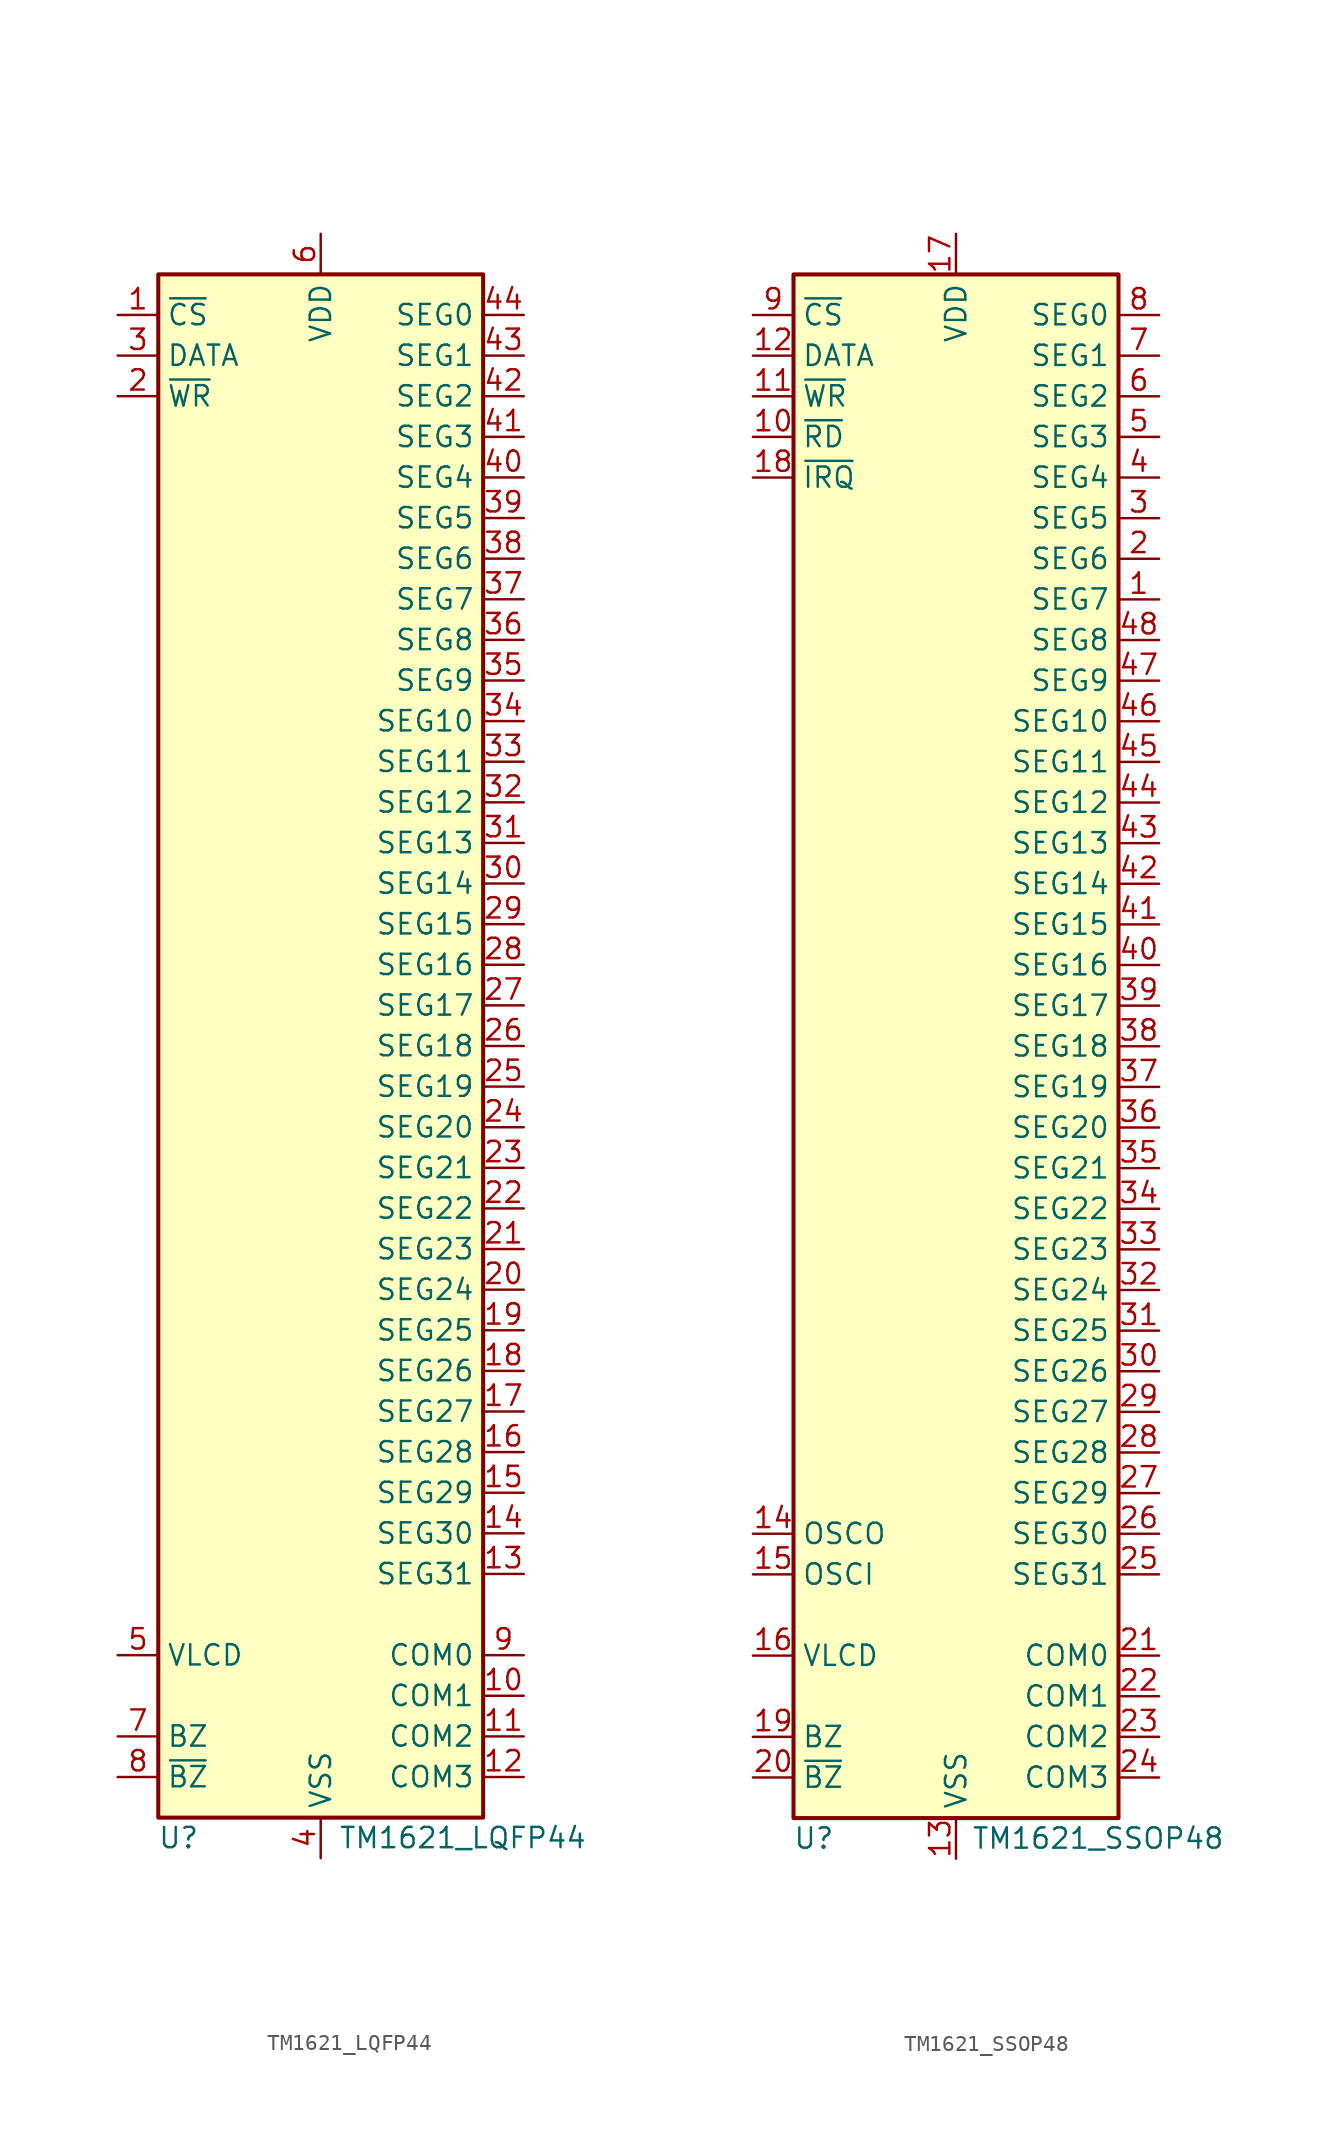
<source format=kicad_sym>
(kicad_symbol_lib
  (version 20201005)
  (generator kicad_symbol_editor)
  (symbol "Driver_Display:TM1621_LQFP44"
    (property "Reference" "U"
      (at -8.89 -49.53 0)
      (effects (font (size 1.27 1.27))))
    (property "Value" "TM1621_LQFP44"
      (at 8.89 -49.53 0)
      (effects (font (size 1.27 1.27))))
    (symbol "TM1621_LQFP44_0_1"
      (rectangle (start 10.16 -48.26) (end -10.16 48.26) (stroke (width 0.254)) (fill (type background))))
    (symbol "TM1621_LQFP44_1_1"
      (pin input line (at -12.7 45.72 0) (length 2.54) (name "~CS" (effects (font (size 1.27 1.27)))) (number "1" (effects (font (size 1.27 1.27)))))
      (pin passive line (at 12.7 -40.64 180) (length 2.54) (name "COM1" (effects (font (size 1.27 1.27)))) (number "10" (effects (font (size 1.27 1.27)))))
      (pin passive line (at 12.7 -43.18 180) (length 2.54) (name "COM2" (effects (font (size 1.27 1.27)))) (number "11" (effects (font (size 1.27 1.27)))))
      (pin passive line (at 12.7 -45.72 180) (length 2.54) (name "COM3" (effects (font (size 1.27 1.27)))) (number "12" (effects (font (size 1.27 1.27)))))
      (pin passive line (at 12.7 -33.02 180) (length 2.54) (name "SEG31" (effects (font (size 1.27 1.27)))) (number "13" (effects (font (size 1.27 1.27)))))
      (pin passive line (at 12.7 -30.48 180) (length 2.54) (name "SEG30" (effects (font (size 1.27 1.27)))) (number "14" (effects (font (size 1.27 1.27)))))
      (pin passive line (at 12.7 -27.94 180) (length 2.54) (name "SEG29" (effects (font (size 1.27 1.27)))) (number "15" (effects (font (size 1.27 1.27)))))
      (pin passive line (at 12.7 -25.4 180) (length 2.54) (name "SEG28" (effects (font (size 1.27 1.27)))) (number "16" (effects (font (size 1.27 1.27)))))
      (pin passive line (at 12.7 -22.86 180) (length 2.54) (name "SEG27" (effects (font (size 1.27 1.27)))) (number "17" (effects (font (size 1.27 1.27)))))
      (pin passive line (at 12.7 -20.32 180) (length 2.54) (name "SEG26" (effects (font (size 1.27 1.27)))) (number "18" (effects (font (size 1.27 1.27)))))
      (pin passive line (at 12.7 -17.78 180) (length 2.54) (name "SEG25" (effects (font (size 1.27 1.27)))) (number "19" (effects (font (size 1.27 1.27)))))
      (pin input line (at -12.7 40.64 0) (length 2.54) (name "~WR" (effects (font (size 1.27 1.27)))) (number "2" (effects (font (size 1.27 1.27)))))
      (pin passive line (at 12.7 -15.24 180) (length 2.54) (name "SEG24" (effects (font (size 1.27 1.27)))) (number "20" (effects (font (size 1.27 1.27)))))
      (pin passive line (at 12.7 -12.7 180) (length 2.54) (name "SEG23" (effects (font (size 1.27 1.27)))) (number "21" (effects (font (size 1.27 1.27)))))
      (pin passive line (at 12.7 -10.16 180) (length 2.54) (name "SEG22" (effects (font (size 1.27 1.27)))) (number "22" (effects (font (size 1.27 1.27)))))
      (pin passive line (at 12.7 -7.62 180) (length 2.54) (name "SEG21" (effects (font (size 1.27 1.27)))) (number "23" (effects (font (size 1.27 1.27)))))
      (pin passive line (at 12.7 -5.08 180) (length 2.54) (name "SEG20" (effects (font (size 1.27 1.27)))) (number "24" (effects (font (size 1.27 1.27)))))
      (pin passive line (at 12.7 -2.54 180) (length 2.54) (name "SEG19" (effects (font (size 1.27 1.27)))) (number "25" (effects (font (size 1.27 1.27)))))
      (pin passive line (at 12.7 0 180) (length 2.54) (name "SEG18" (effects (font (size 1.27 1.27)))) (number "26" (effects (font (size 1.27 1.27)))))
      (pin passive line (at 12.7 2.54 180) (length 2.54) (name "SEG17" (effects (font (size 1.27 1.27)))) (number "27" (effects (font (size 1.27 1.27)))))
      (pin passive line (at 12.7 5.08 180) (length 2.54) (name "SEG16" (effects (font (size 1.27 1.27)))) (number "28" (effects (font (size 1.27 1.27)))))
      (pin passive line (at 12.7 7.62 180) (length 2.54) (name "SEG15" (effects (font (size 1.27 1.27)))) (number "29" (effects (font (size 1.27 1.27)))))
      (pin bidirectional line (at -12.7 43.18 0) (length 2.54) (name "DATA" (effects (font (size 1.27 1.27)))) (number "3" (effects (font (size 1.27 1.27)))))
      (pin passive line (at 12.7 10.16 180) (length 2.54) (name "SEG14" (effects (font (size 1.27 1.27)))) (number "30" (effects (font (size 1.27 1.27)))))
      (pin passive line (at 12.7 12.7 180) (length 2.54) (name "SEG13" (effects (font (size 1.27 1.27)))) (number "31" (effects (font (size 1.27 1.27)))))
      (pin passive line (at 12.7 15.24 180) (length 2.54) (name "SEG12" (effects (font (size 1.27 1.27)))) (number "32" (effects (font (size 1.27 1.27)))))
      (pin passive line (at 12.7 17.78 180) (length 2.54) (name "SEG11" (effects (font (size 1.27 1.27)))) (number "33" (effects (font (size 1.27 1.27)))))
      (pin passive line (at 12.7 20.32 180) (length 2.54) (name "SEG10" (effects (font (size 1.27 1.27)))) (number "34" (effects (font (size 1.27 1.27)))))
      (pin passive line (at 12.7 22.86 180) (length 2.54) (name "SEG9" (effects (font (size 1.27 1.27)))) (number "35" (effects (font (size 1.27 1.27)))))
      (pin passive line (at 12.7 25.4 180) (length 2.54) (name "SEG8" (effects (font (size 1.27 1.27)))) (number "36" (effects (font (size 1.27 1.27)))))
      (pin passive line (at 12.7 27.94 180) (length 2.54) (name "SEG7" (effects (font (size 1.27 1.27)))) (number "37" (effects (font (size 1.27 1.27)))))
      (pin passive line (at 12.7 30.48 180) (length 2.54) (name "SEG6" (effects (font (size 1.27 1.27)))) (number "38" (effects (font (size 1.27 1.27)))))
      (pin passive line (at 12.7 33.02 180) (length 2.54) (name "SEG5" (effects (font (size 1.27 1.27)))) (number "39" (effects (font (size 1.27 1.27)))))
      (pin power_in line (at 0 -50.8 90) (length 2.54) (name "VSS" (effects (font (size 1.27 1.27)))) (number "4" (effects (font (size 1.27 1.27)))))
      (pin passive line (at 12.7 35.56 180) (length 2.54) (name "SEG4" (effects (font (size 1.27 1.27)))) (number "40" (effects (font (size 1.27 1.27)))))
      (pin passive line (at 12.7 38.1 180) (length 2.54) (name "SEG3" (effects (font (size 1.27 1.27)))) (number "41" (effects (font (size 1.27 1.27)))))
      (pin passive line (at 12.7 40.64 180) (length 2.54) (name "SEG2" (effects (font (size 1.27 1.27)))) (number "42" (effects (font (size 1.27 1.27)))))
      (pin passive line (at 12.7 43.18 180) (length 2.54) (name "SEG1" (effects (font (size 1.27 1.27)))) (number "43" (effects (font (size 1.27 1.27)))))
      (pin passive line (at 12.7 45.72 180) (length 2.54) (name "SEG0" (effects (font (size 1.27 1.27)))) (number "44" (effects (font (size 1.27 1.27)))))
      (pin passive line (at -12.7 -38.1 0) (length 2.54) (name "VLCD" (effects (font (size 1.27 1.27)))) (number "5" (effects (font (size 1.27 1.27)))))
      (pin power_in line (at 0 50.8 270) (length 2.54) (name "VDD" (effects (font (size 1.27 1.27)))) (number "6" (effects (font (size 1.27 1.27)))))
      (pin passive line (at -12.7 -43.18 0) (length 2.54) (name "BZ" (effects (font (size 1.27 1.27)))) (number "7" (effects (font (size 1.27 1.27)))))
      (pin passive line (at -12.7 -45.72 0) (length 2.54) (name "~BZ" (effects (font (size 1.27 1.27)))) (number "8" (effects (font (size 1.27 1.27)))))
      (pin passive line (at 12.7 -38.1 180) (length 2.54) (name "COM0" (effects (font (size 1.27 1.27)))) (number "9" (effects (font (size 1.27 1.27)))))))
  (symbol "Driver_Display:TM1621_SSOP48"
    (property "Reference" "U"
      (at -8.89 -49.53 0)
      (effects (font (size 1.27 1.27))))
    (property "Value" "TM1621_SSOP48"
      (at 8.89 -49.53 0)
      (effects (font (size 1.27 1.27))))
    (symbol "TM1621_SSOP48_0_1"
      (rectangle (start 10.16 -48.26) (end -10.16 48.26) (stroke (width 0.254)) (fill (type background))))
    (symbol "TM1621_SSOP48_1_1"
      (pin passive line (at 12.7 27.94 180) (length 2.54) (name "SEG7" (effects (font (size 1.27 1.27)))) (number "1" (effects (font (size 1.27 1.27)))))
      (pin input line (at -12.7 38.1 0) (length 2.54) (name "~RD" (effects (font (size 1.27 1.27)))) (number "10" (effects (font (size 1.27 1.27)))))
      (pin input line (at -12.7 40.64 0) (length 2.54) (name "~WR" (effects (font (size 1.27 1.27)))) (number "11" (effects (font (size 1.27 1.27)))))
      (pin bidirectional line (at -12.7 43.18 0) (length 2.54) (name "DATA" (effects (font (size 1.27 1.27)))) (number "12" (effects (font (size 1.27 1.27)))))
      (pin power_in line (at 0 -50.8 90) (length 2.54) (name "VSS" (effects (font (size 1.27 1.27)))) (number "13" (effects (font (size 1.27 1.27)))))
      (pin output line (at -12.7 -30.48 0) (length 2.54) (name "OSCO" (effects (font (size 1.27 1.27)))) (number "14" (effects (font (size 1.27 1.27)))))
      (pin input line (at -12.7 -33.02 0) (length 2.54) (name "OSCI" (effects (font (size 1.27 1.27)))) (number "15" (effects (font (size 1.27 1.27)))))
      (pin passive line (at -12.7 -38.1 0) (length 2.54) (name "VLCD" (effects (font (size 1.27 1.27)))) (number "16" (effects (font (size 1.27 1.27)))))
      (pin power_in line (at 0 50.8 270) (length 2.54) (name "VDD" (effects (font (size 1.27 1.27)))) (number "17" (effects (font (size 1.27 1.27)))))
      (pin open_collector line (at -12.7 35.56 0) (length 2.54) (name "~IRQ" (effects (font (size 1.27 1.27)))) (number "18" (effects (font (size 1.27 1.27)))))
      (pin passive line (at -12.7 -43.18 0) (length 2.54) (name "BZ" (effects (font (size 1.27 1.27)))) (number "19" (effects (font (size 1.27 1.27)))))
      (pin passive line (at 12.7 30.48 180) (length 2.54) (name "SEG6" (effects (font (size 1.27 1.27)))) (number "2" (effects (font (size 1.27 1.27)))))
      (pin passive line (at -12.7 -45.72 0) (length 2.54) (name "~BZ" (effects (font (size 1.27 1.27)))) (number "20" (effects (font (size 1.27 1.27)))))
      (pin passive line (at 12.7 -38.1 180) (length 2.54) (name "COM0" (effects (font (size 1.27 1.27)))) (number "21" (effects (font (size 1.27 1.27)))))
      (pin passive line (at 12.7 -40.64 180) (length 2.54) (name "COM1" (effects (font (size 1.27 1.27)))) (number "22" (effects (font (size 1.27 1.27)))))
      (pin passive line (at 12.7 -43.18 180) (length 2.54) (name "COM2" (effects (font (size 1.27 1.27)))) (number "23" (effects (font (size 1.27 1.27)))))
      (pin passive line (at 12.7 -45.72 180) (length 2.54) (name "COM3" (effects (font (size 1.27 1.27)))) (number "24" (effects (font (size 1.27 1.27)))))
      (pin passive line (at 12.7 -33.02 180) (length 2.54) (name "SEG31" (effects (font (size 1.27 1.27)))) (number "25" (effects (font (size 1.27 1.27)))))
      (pin passive line (at 12.7 -30.48 180) (length 2.54) (name "SEG30" (effects (font (size 1.27 1.27)))) (number "26" (effects (font (size 1.27 1.27)))))
      (pin passive line (at 12.7 -27.94 180) (length 2.54) (name "SEG29" (effects (font (size 1.27 1.27)))) (number "27" (effects (font (size 1.27 1.27)))))
      (pin passive line (at 12.7 -25.4 180) (length 2.54) (name "SEG28" (effects (font (size 1.27 1.27)))) (number "28" (effects (font (size 1.27 1.27)))))
      (pin passive line (at 12.7 -22.86 180) (length 2.54) (name "SEG27" (effects (font (size 1.27 1.27)))) (number "29" (effects (font (size 1.27 1.27)))))
      (pin passive line (at 12.7 33.02 180) (length 2.54) (name "SEG5" (effects (font (size 1.27 1.27)))) (number "3" (effects (font (size 1.27 1.27)))))
      (pin passive line (at 12.7 -20.32 180) (length 2.54) (name "SEG26" (effects (font (size 1.27 1.27)))) (number "30" (effects (font (size 1.27 1.27)))))
      (pin passive line (at 12.7 -17.78 180) (length 2.54) (name "SEG25" (effects (font (size 1.27 1.27)))) (number "31" (effects (font (size 1.27 1.27)))))
      (pin passive line (at 12.7 -15.24 180) (length 2.54) (name "SEG24" (effects (font (size 1.27 1.27)))) (number "32" (effects (font (size 1.27 1.27)))))
      (pin passive line (at 12.7 -12.7 180) (length 2.54) (name "SEG23" (effects (font (size 1.27 1.27)))) (number "33" (effects (font (size 1.27 1.27)))))
      (pin passive line (at 12.7 -10.16 180) (length 2.54) (name "SEG22" (effects (font (size 1.27 1.27)))) (number "34" (effects (font (size 1.27 1.27)))))
      (pin passive line (at 12.7 -7.62 180) (length 2.54) (name "SEG21" (effects (font (size 1.27 1.27)))) (number "35" (effects (font (size 1.27 1.27)))))
      (pin passive line (at 12.7 -5.08 180) (length 2.54) (name "SEG20" (effects (font (size 1.27 1.27)))) (number "36" (effects (font (size 1.27 1.27)))))
      (pin passive line (at 12.7 -2.54 180) (length 2.54) (name "SEG19" (effects (font (size 1.27 1.27)))) (number "37" (effects (font (size 1.27 1.27)))))
      (pin passive line (at 12.7 0 180) (length 2.54) (name "SEG18" (effects (font (size 1.27 1.27)))) (number "38" (effects (font (size 1.27 1.27)))))
      (pin passive line (at 12.7 2.54 180) (length 2.54) (name "SEG17" (effects (font (size 1.27 1.27)))) (number "39" (effects (font (size 1.27 1.27)))))
      (pin passive line (at 12.7 35.56 180) (length 2.54) (name "SEG4" (effects (font (size 1.27 1.27)))) (number "4" (effects (font (size 1.27 1.27)))))
      (pin passive line (at 12.7 5.08 180) (length 2.54) (name "SEG16" (effects (font (size 1.27 1.27)))) (number "40" (effects (font (size 1.27 1.27)))))
      (pin passive line (at 12.7 7.62 180) (length 2.54) (name "SEG15" (effects (font (size 1.27 1.27)))) (number "41" (effects (font (size 1.27 1.27)))))
      (pin passive line (at 12.7 10.16 180) (length 2.54) (name "SEG14" (effects (font (size 1.27 1.27)))) (number "42" (effects (font (size 1.27 1.27)))))
      (pin passive line (at 12.7 12.7 180) (length 2.54) (name "SEG13" (effects (font (size 1.27 1.27)))) (number "43" (effects (font (size 1.27 1.27)))))
      (pin passive line (at 12.7 15.24 180) (length 2.54) (name "SEG12" (effects (font (size 1.27 1.27)))) (number "44" (effects (font (size 1.27 1.27)))))
      (pin passive line (at 12.7 17.78 180) (length 2.54) (name "SEG11" (effects (font (size 1.27 1.27)))) (number "45" (effects (font (size 1.27 1.27)))))
      (pin passive line (at 12.7 20.32 180) (length 2.54) (name "SEG10" (effects (font (size 1.27 1.27)))) (number "46" (effects (font (size 1.27 1.27)))))
      (pin passive line (at 12.7 22.86 180) (length 2.54) (name "SEG9" (effects (font (size 1.27 1.27)))) (number "47" (effects (font (size 1.27 1.27)))))
      (pin passive line (at 12.7 25.4 180) (length 2.54) (name "SEG8" (effects (font (size 1.27 1.27)))) (number "48" (effects (font (size 1.27 1.27)))))
      (pin passive line (at 12.7 38.1 180) (length 2.54) (name "SEG3" (effects (font (size 1.27 1.27)))) (number "5" (effects (font (size 1.27 1.27)))))
      (pin passive line (at 12.7 40.64 180) (length 2.54) (name "SEG2" (effects (font (size 1.27 1.27)))) (number "6" (effects (font (size 1.27 1.27)))))
      (pin passive line (at 12.7 43.18 180) (length 2.54) (name "SEG1" (effects (font (size 1.27 1.27)))) (number "7" (effects (font (size 1.27 1.27)))))
      (pin passive line (at 12.7 45.72 180) (length 2.54) (name "SEG0" (effects (font (size 1.27 1.27)))) (number "8" (effects (font (size 1.27 1.27)))))
      (pin input line (at -12.7 45.72 0) (length 2.54) (name "~CS" (effects (font (size 1.27 1.27)))) (number "9" (effects (font (size 1.27 1.27))))))))
</source>
